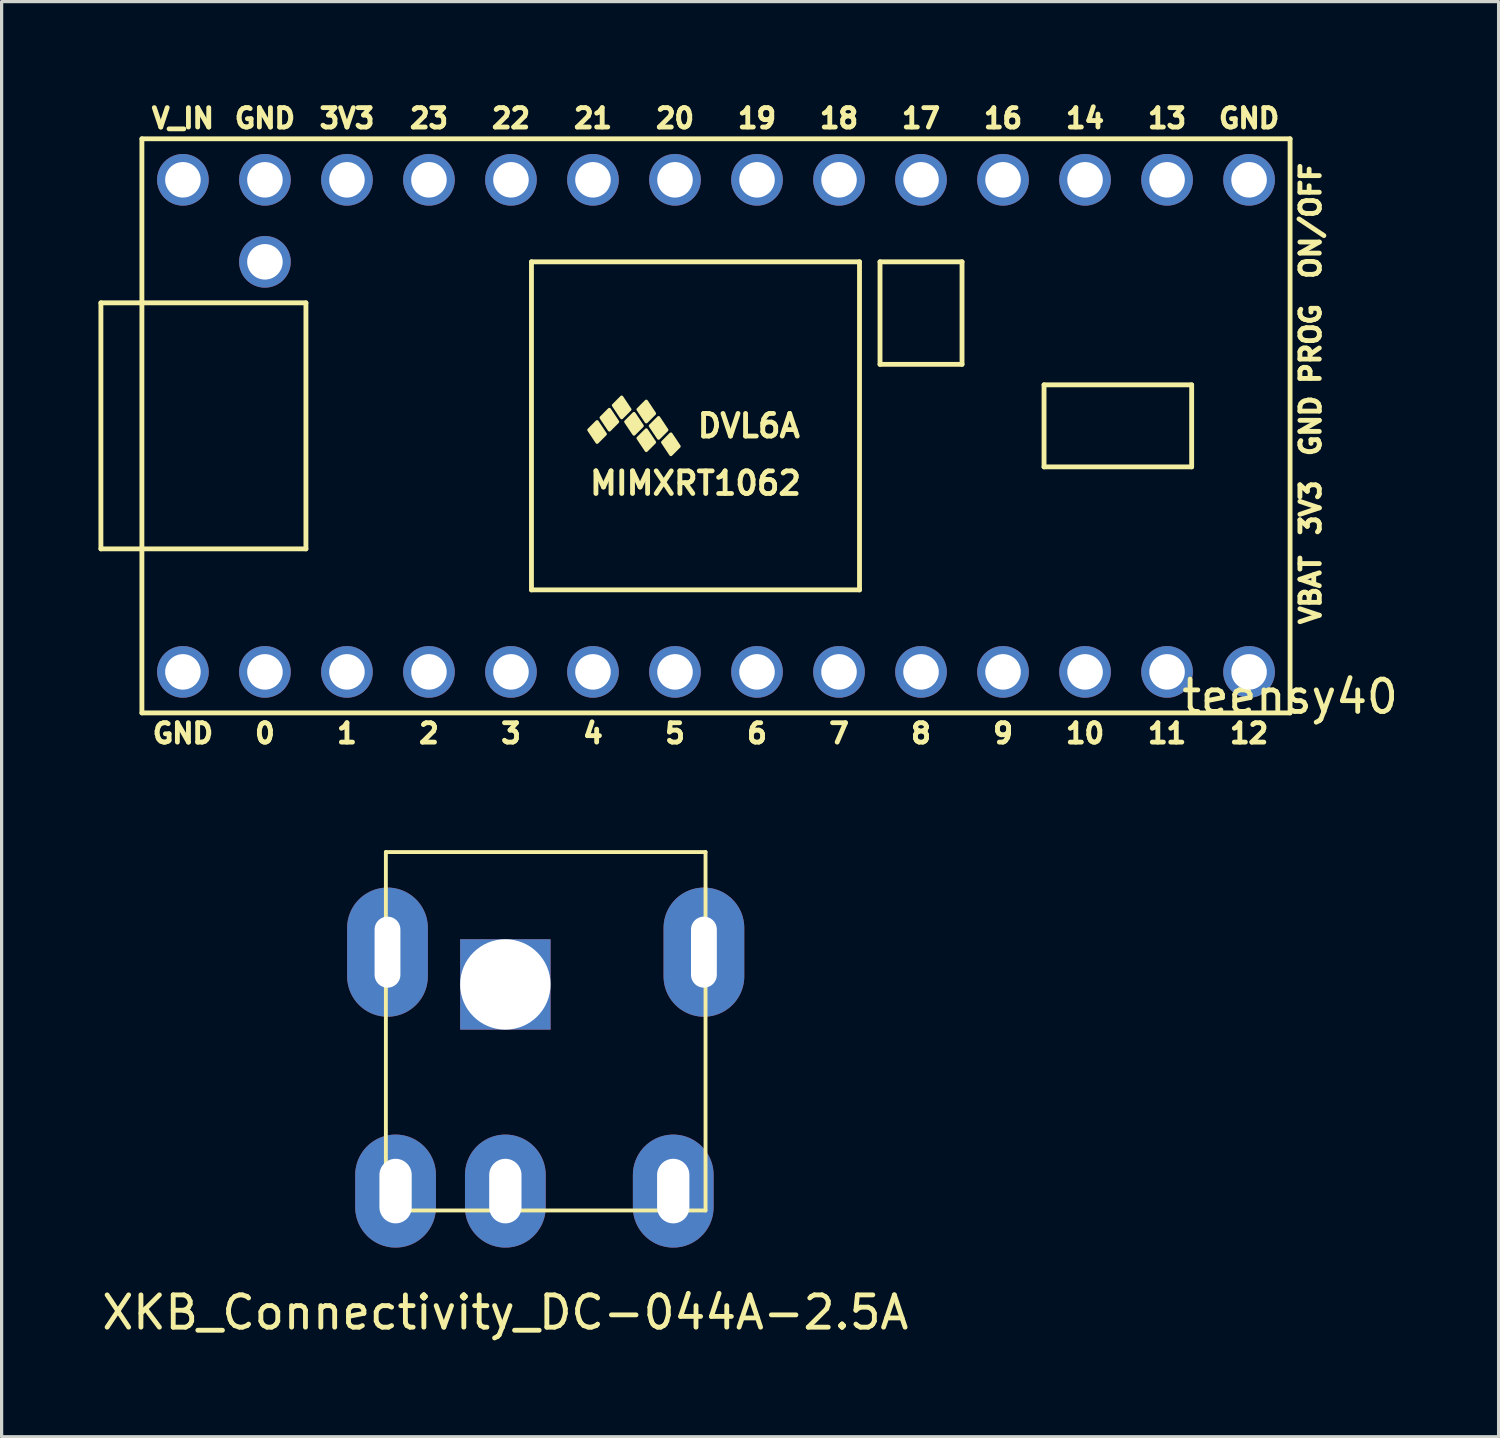
<source format=kicad_pcb>
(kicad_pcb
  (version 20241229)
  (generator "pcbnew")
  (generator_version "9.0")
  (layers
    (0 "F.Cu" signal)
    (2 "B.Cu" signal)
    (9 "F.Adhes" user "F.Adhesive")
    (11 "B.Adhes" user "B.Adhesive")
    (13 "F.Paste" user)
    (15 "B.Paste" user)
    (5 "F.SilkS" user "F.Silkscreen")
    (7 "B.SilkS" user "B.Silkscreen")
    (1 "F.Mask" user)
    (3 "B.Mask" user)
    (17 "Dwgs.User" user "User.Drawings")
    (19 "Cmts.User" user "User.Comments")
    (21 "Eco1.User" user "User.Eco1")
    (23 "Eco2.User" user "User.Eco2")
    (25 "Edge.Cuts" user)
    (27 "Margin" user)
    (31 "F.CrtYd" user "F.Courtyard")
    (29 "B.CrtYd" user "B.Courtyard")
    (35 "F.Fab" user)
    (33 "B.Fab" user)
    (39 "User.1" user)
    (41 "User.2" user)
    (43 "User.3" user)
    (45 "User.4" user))
  (footprint "XKB_Connectivity_DC-044A-2.5A"
    (layer "F.Cu")
    (at 12.601 27.439)
    (property "Reference" "XKB_Connectivity_DC-044A-2.5A" (at 0 10.16 0) (layer "F.SilkS") (effects (font (size 1 1) (thickness 0.15))))
    (attr through_hole)
    (fp_line (start -3.7 -4.1) (end -3.7 7) (stroke (width 0.12) (type solid)) (layer "F.SilkS"))
    (fp_line (start -3.7 -4.1) (end 6.2 -4.1) (stroke (width 0.12) (type solid)) (layer "F.SilkS"))
    (fp_line (start -3.7 7) (end 6.2 7) (stroke (width 0.12) (type solid)) (layer "F.SilkS"))
    (fp_line (start 6.2 -4.1) (end 6.2 7) (stroke (width 0.12) (type solid)) (layer "F.SilkS"))
    (pad "" np_thru_hole rect (at 0 0) (size 2.8 2.8) (drill 2.8) (layers "*.Cu" "*.Mask"))
    (pad "1" thru_hole oval (at -3.4 6.4) (size 2.5 3.5) (drill oval 1 2) (layers "*.Cu" "*.Mask"))
    (pad "2" thru_hole oval (at -3.65 -1) (size 2.5 4) (drill oval 0.8 2.2) (layers "*.Cu" "*.Mask"))
    (pad "2" thru_hole oval (at 5.2 6.4) (size 2.5 3.5) (drill oval 1 2) (layers "*.Cu" "*.Mask"))
    (pad "2" thru_hole oval (at 6.15 -1) (size 2.5 4) (drill oval 0.8 2.2) (layers "*.Cu" "*.Mask"))
    (pad "3" thru_hole oval (at 0 6.4) (size 2.5 3.5) (drill oval 1 2) (layers "*.Cu" "*.Mask")))
  (footprint "teensy40"
    (layer "F.Cu")
    (at 36.905 19.029)
    (property "Reference" "teensy40" (at 0 -0.5 0) (unlocked yes) (layer "F.SilkS") (effects (font (size 1 1) (thickness 0.15))))
    (fp_line (start -36.83 -12.7) (end -35.56 -12.7) (stroke (width 0.15) (type solid)) (layer "F.SilkS"))
    (fp_line (start -36.83 -5.08) (end -36.83 -12.7) (stroke (width 0.15) (type solid)) (layer "F.SilkS"))
    (fp_line (start -35.56 -17.78) (end 0 -17.78) (stroke (width 0.15) (type solid)) (layer "F.SilkS"))
    (fp_line (start -35.56 -5.08) (end -36.83 -5.08) (stroke (width 0.15) (type solid)) (layer "F.SilkS"))
    (fp_line (start -35.56 0) (end -35.56 -17.78) (stroke (width 0.15) (type solid)) (layer "F.SilkS"))
    (fp_line (start -30.48 -12.7) (end -35.56 -12.7) (stroke (width 0.15) (type solid)) (layer "F.SilkS"))
    (fp_line (start -30.48 -5.08) (end -35.56 -5.08) (stroke (width 0.15) (type solid)) (layer "F.SilkS"))
    (fp_line (start -30.48 -5.08) (end -30.48 -12.7) (stroke (width 0.15) (type solid)) (layer "F.SilkS"))
    (fp_line (start -23.495 -13.97) (end -23.495 -3.81) (stroke (width 0.15) (type solid)) (layer "F.SilkS"))
    (fp_line (start -13.335 -13.97) (end -23.495 -13.97) (stroke (width 0.15) (type solid)) (layer "F.SilkS"))
    (fp_line (start -13.335 -3.81) (end -23.495 -3.81) (stroke (width 0.15) (type solid)) (layer "F.SilkS"))
    (fp_line (start -13.335 -3.81) (end -13.335 -13.97) (stroke (width 0.15) (type solid)) (layer "F.SilkS"))
    (fp_line (start -12.7 -13.97) (end -10.16 -13.97) (stroke (width 0.15) (type solid)) (layer "F.SilkS"))
    (fp_line (start -12.7 -10.795) (end -12.7 -13.97) (stroke (width 0.15) (type solid)) (layer "F.SilkS"))
    (fp_line (start -10.16 -13.97) (end -10.16 -10.795) (stroke (width 0.15) (type solid)) (layer "F.SilkS"))
    (fp_line (start -10.16 -10.795) (end -12.7 -10.795) (stroke (width 0.15) (type solid)) (layer "F.SilkS"))
    (fp_line (start -7.62 -10.16) (end -3.048 -10.16) (stroke (width 0.15) (type solid)) (layer "F.SilkS"))
    (fp_line (start -7.62 -7.62) (end -7.62 -10.16) (stroke (width 0.15) (type solid)) (layer "F.SilkS"))
    (fp_line (start -3.048 -10.16) (end -3.048 -7.62) (stroke (width 0.15) (type solid)) (layer "F.SilkS"))
    (fp_line (start -3.048 -7.62) (end -7.62 -7.62) (stroke (width 0.15) (type solid)) (layer "F.SilkS"))
    (fp_line (start 0 -17.78) (end 0 0) (stroke (width 0.15) (type solid)) (layer "F.SilkS"))
    (fp_line (start 0 0) (end -35.56 0) (stroke (width 0.15) (type solid)) (layer "F.SilkS"))
    (fp_poly (pts (xy -21.717 -8.763) (xy -21.463 -9.017) (xy -21.209 -8.636) (xy -21.463 -8.382)) (stroke (width 0.1) (type solid)) (fill yes) (layer "F.SilkS"))
    (fp_poly (pts (xy -21.336 -9.144) (xy -21.082 -9.398) (xy -20.828 -9.017) (xy -21.082 -8.763)) (stroke (width 0.1) (type solid)) (fill yes) (layer "F.SilkS"))
    (fp_poly (pts (xy -20.955 -9.525) (xy -20.701 -9.779) (xy -20.447 -9.398) (xy -20.701 -9.144)) (stroke (width 0.1) (type solid)) (fill yes) (layer "F.SilkS"))
    (fp_poly (pts (xy -20.574 -9.017) (xy -20.32 -9.271) (xy -20.066 -8.89) (xy -20.32 -8.636)) (stroke (width 0.1) (type solid)) (fill yes) (layer "F.SilkS"))
    (fp_poly (pts (xy -20.193 -9.398) (xy -19.939 -9.652) (xy -19.685 -9.271) (xy -19.939 -9.017)) (stroke (width 0.1) (type solid)) (fill yes) (layer "F.SilkS"))
    (fp_poly (pts (xy -20.193 -8.509) (xy -19.939 -8.763) (xy -19.685 -8.382) (xy -19.939 -8.128)) (stroke (width 0.1) (type solid)) (fill yes) (layer "F.SilkS"))
    (fp_poly (pts (xy -19.812 -8.89) (xy -19.558 -9.144) (xy -19.304 -8.763) (xy -19.558 -8.509)) (stroke (width 0.1) (type solid)) (fill yes) (layer "F.SilkS"))
    (fp_poly (pts (xy -19.431 -8.382) (xy -19.177 -8.636) (xy -18.923 -8.255) (xy -19.177 -8.001)) (stroke (width 0.1) (type solid)) (fill yes) (layer "F.SilkS"))
    (fp_text user "3" (at -24.13 0.635 180) (layer "F.SilkS") (effects (font (size 0.6 0.6) (thickness 0.15))))
    (fp_text user "9" (at -8.89 0.635 180) (layer "F.SilkS") (effects (font (size 0.6 0.6) (thickness 0.15))))
    (fp_text user "7" (at -13.97 0.635 180) (layer "F.SilkS") (effects (font (size 0.6 0.6) (thickness 0.15))))
    (fp_text user "17" (at -11.43 -18.415 180) (layer "F.SilkS") (effects (font (size 0.6 0.6) (thickness 0.15))))
    (fp_text user "PROG" (at 0.635 -11.43 90) (layer "F.SilkS") (effects (font (size 0.6 0.6) (thickness 0.15))))
    (fp_text user "GND" (at -34.29 0.635 180) (layer "F.SilkS") (effects (font (size 0.6 0.6) (thickness 0.15))))
    (fp_text user "3V3" (at -29.21 -18.415 180) (layer "F.SilkS") (effects (font (size 0.6 0.6) (thickness 0.15))))
    (fp_text user "5" (at -19.05 0.635 180) (layer "F.SilkS") (effects (font (size 0.6 0.6) (thickness 0.15))))
    (fp_text user "0" (at -31.75 0.635 180) (layer "F.SilkS") (effects (font (size 0.6 0.6) (thickness 0.15))))
    (fp_text user "GND" (at -31.75 -18.415 180) (layer "F.SilkS") (effects (font (size 0.6 0.6) (thickness 0.15))))
    (fp_text user "GND" (at 0.635 -8.89 90) (layer "F.SilkS") (effects (font (size 0.6 0.6) (thickness 0.15))))
    (fp_text user "6" (at -16.51 0.635 180) (layer "F.SilkS") (effects (font (size 0.6 0.6) (thickness 0.15))))
    (fp_text user "DVL6A" (at -16.764 -8.89 0) (layer "F.SilkS") (effects (font (size 0.7 0.7) (thickness 0.15))))
    (fp_text user "V_IN" (at -34.29 -18.415 180) (layer "F.SilkS") (effects (font (size 0.6 0.6) (thickness 0.15))))
    (fp_text user "4" (at -21.59 0.635 180) (layer "F.SilkS") (effects (font (size 0.6 0.6) (thickness 0.15))))
    (fp_text user "23" (at -26.67 -18.415 180) (layer "F.SilkS") (effects (font (size 0.6 0.6) (thickness 0.15))))
    (fp_text user "GND" (at -1.27 -18.415 180) (layer "F.SilkS") (effects (font (size 0.6 0.6) (thickness 0.15))))
    (fp_text user "ON/OFF" (at 0.635 -15.24 90) (layer "F.SilkS") (effects (font (size 0.6 0.6) (thickness 0.15))))
    (fp_text user "19" (at -16.51 -18.415 180) (layer "F.SilkS") (effects (font (size 0.6 0.6) (thickness 0.15))))
    (fp_text user "10" (at -6.35 0.635 180) (layer "F.SilkS") (effects (font (size 0.6 0.6) (thickness 0.15))))
    (fp_text user "16" (at -8.89 -18.415 180) (layer "F.SilkS") (effects (font (size 0.6 0.6) (thickness 0.15))))
    (fp_text user "20" (at -19.05 -18.415 180) (layer "F.SilkS") (effects (font (size 0.6 0.6) (thickness 0.15))))
    (fp_text user "1" (at -29.21 0.635 180) (layer "F.SilkS") (effects (font (size 0.6 0.6) (thickness 0.15))))
    (fp_text user "8" (at -11.43 0.635 180) (layer "F.SilkS") (effects (font (size 0.6 0.6) (thickness 0.15))))
    (fp_text user "VBAT" (at 0.635 -3.81 90) (layer "F.SilkS") (effects (font (size 0.6 0.6) (thickness 0.15))))
    (fp_text user "22" (at -24.13 -18.415 180) (layer "F.SilkS") (effects (font (size 0.6 0.6) (thickness 0.15))))
    (fp_text user "13" (at -3.81 -18.415 180) (layer "F.SilkS") (effects (font (size 0.6 0.6) (thickness 0.15))))
    (fp_text user "11" (at -3.81 0.635 180) (layer "F.SilkS") (effects (font (size 0.6 0.6) (thickness 0.15))))
    (fp_text user "14" (at -6.35 -18.415 180) (layer "F.SilkS") (effects (font (size 0.6 0.6) (thickness 0.15))))
    (fp_text user "21" (at -21.59 -18.415 180) (layer "F.SilkS") (effects (font (size 0.6 0.6) (thickness 0.15))))
    (fp_text user "MIMXRT1062" (at -18.415 -7.112 0) (layer "F.SilkS") (effects (font (size 0.7 0.7) (thickness 0.15))))
    (fp_text user "18" (at -13.97 -18.415 180) (layer "F.SilkS") (effects (font (size 0.6 0.6) (thickness 0.15))))
    (fp_text user "3V3" (at 0.635 -6.35 90) (layer "F.SilkS") (effects (font (size 0.6 0.6) (thickness 0.15))))
    (fp_text user "2" (at -26.67 0.635 180) (layer "F.SilkS") (effects (font (size 0.6 0.6) (thickness 0.15))))
    (fp_text user "12" (at -1.27 0.635 180) (layer "F.SilkS") (effects (font (size 0.6 0.6) (thickness 0.15))))
    (pad "1" thru_hole circle (at -34.29 -1.27) (size 1.6 1.6) (drill 1.1) (layers "*.Cu" "*.Mask"))
    (pad "2" thru_hole circle (at -31.75 -1.27) (size 1.6 1.6) (drill 1.1) (layers "*.Cu" "*.Mask"))
    (pad "3" thru_hole circle (at -29.21 -1.27) (size 1.6 1.6) (drill 1.1) (layers "*.Cu" "*.Mask"))
    (pad "4" thru_hole circle (at -26.67 -1.27) (size 1.6 1.6) (drill 1.1) (layers "*.Cu" "*.Mask"))
    (pad "5" thru_hole circle (at -24.13 -1.27) (size 1.6 1.6) (drill 1.1) (layers "*.Cu" "*.Mask"))
    (pad "6" thru_hole circle (at -21.59 -1.27) (size 1.6 1.6) (drill 1.1) (layers "*.Cu" "*.Mask"))
    (pad "7" thru_hole circle (at -19.05 -1.27) (size 1.6 1.6) (drill 1.1) (layers "*.Cu" "*.Mask"))
    (pad "8" thru_hole circle (at -16.51 -1.27) (size 1.6 1.6) (drill 1.1) (layers "*.Cu" "*.Mask"))
    (pad "9" thru_hole circle (at -13.97 -1.27) (size 1.6 1.6) (drill 1.1) (layers "*.Cu" "*.Mask"))
    (pad "10" thru_hole circle (at -11.43 -1.27) (size 1.6 1.6) (drill 1.1) (layers "*.Cu" "*.Mask"))
    (pad "11" thru_hole circle (at -8.89 -1.27) (size 1.6 1.6) (drill 1.1) (layers "*.Cu" "*.Mask"))
    (pad "12" thru_hole circle (at -6.35 -1.27) (size 1.6 1.6) (drill 1.1) (layers "*.Cu" "*.Mask"))
    (pad "13" thru_hole circle (at -3.81 -1.27) (size 1.6 1.6) (drill 1.1) (layers "*.Cu" "*.Mask"))
    (pad "14" thru_hole circle (at -1.27 -1.27) (size 1.6 1.6) (drill 1.1) (layers "*.Cu" "*.Mask"))
    (pad "20" thru_hole circle (at -1.27 -16.51) (size 1.6 1.6) (drill 1.1) (layers "*.Cu" "*.Mask"))
    (pad "21" thru_hole circle (at -3.81 -16.51) (size 1.6 1.6) (drill 1.1) (layers "*.Cu" "*.Mask"))
    (pad "22" thru_hole circle (at -6.35 -16.51) (size 1.6 1.6) (drill 1.1) (layers "*.Cu" "*.Mask"))
    (pad "23" thru_hole circle (at -8.89 -16.51) (size 1.6 1.6) (drill 1.1) (layers "*.Cu" "*.Mask"))
    (pad "24" thru_hole circle (at -11.43 -16.51) (size 1.6 1.6) (drill 1.1) (layers "*.Cu" "*.Mask"))
    (pad "25" thru_hole circle (at -13.97 -16.51) (size 1.6 1.6) (drill 1.1) (layers "*.Cu" "*.Mask"))
    (pad "26" thru_hole circle (at -16.51 -16.51) (size 1.6 1.6) (drill 1.1) (layers "*.Cu" "*.Mask"))
    (pad "27" thru_hole circle (at -19.05 -16.51) (size 1.6 1.6) (drill 1.1) (layers "*.Cu" "*.Mask"))
    (pad "28" thru_hole circle (at -21.59 -16.51) (size 1.6 1.6) (drill 1.1) (layers "*.Cu" "*.Mask"))
    (pad "29" thru_hole circle (at -24.13 -16.51) (size 1.6 1.6) (drill 1.1) (layers "*.Cu" "*.Mask"))
    (pad "30" thru_hole circle (at -26.67 -16.51) (size 1.6 1.6) (drill 1.1) (layers "*.Cu" "*.Mask"))
    (pad "31" thru_hole circle (at -29.21 -16.51) (size 1.6 1.6) (drill 1.1) (layers "*.Cu" "*.Mask"))
    (pad "32" thru_hole circle (at -31.75 -16.51) (size 1.6 1.6) (drill 1.1) (layers "*.Cu" "*.Mask"))
    (pad "33" thru_hole circle (at -34.29 -16.51) (size 1.6 1.6) (drill 1.1) (layers "*.Cu" "*.Mask"))
    (pad "34" thru_hole circle (at -31.75 -13.97) (size 1.6 1.6) (drill 1.1) (layers "*.Cu" "*.Mask")))
  (gr_rect
    (start -3 -3)
    (end 43.363 41.447)
    (stroke (width 0.1) (type default))
    (fill no)
    (layer "Edge.Cuts")))
</source>
